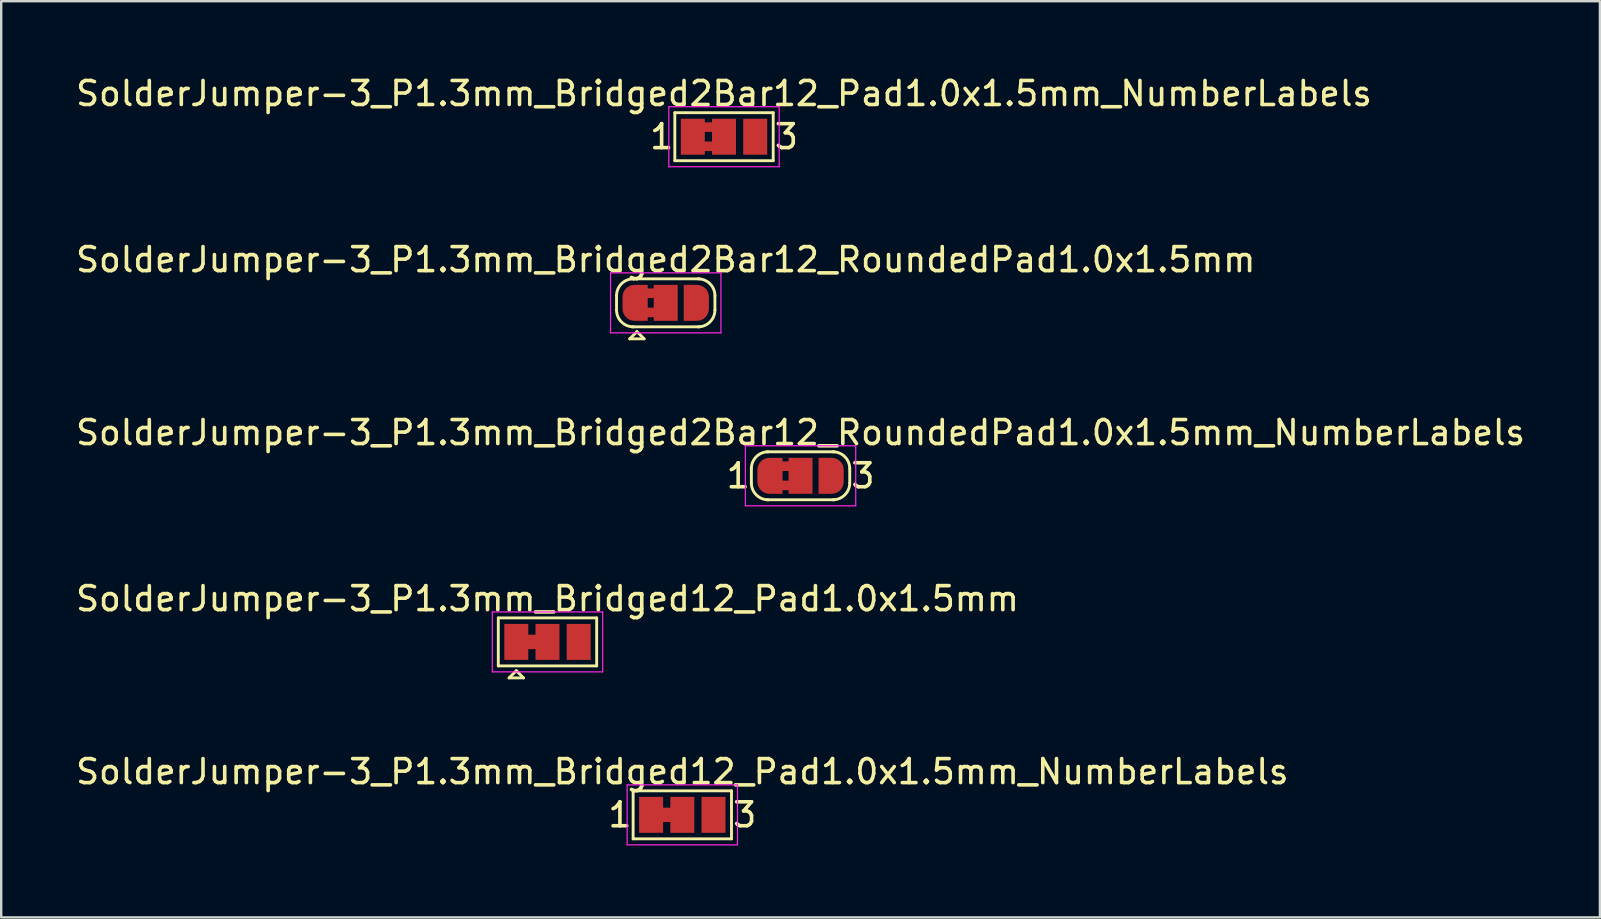
<source format=kicad_pcb>
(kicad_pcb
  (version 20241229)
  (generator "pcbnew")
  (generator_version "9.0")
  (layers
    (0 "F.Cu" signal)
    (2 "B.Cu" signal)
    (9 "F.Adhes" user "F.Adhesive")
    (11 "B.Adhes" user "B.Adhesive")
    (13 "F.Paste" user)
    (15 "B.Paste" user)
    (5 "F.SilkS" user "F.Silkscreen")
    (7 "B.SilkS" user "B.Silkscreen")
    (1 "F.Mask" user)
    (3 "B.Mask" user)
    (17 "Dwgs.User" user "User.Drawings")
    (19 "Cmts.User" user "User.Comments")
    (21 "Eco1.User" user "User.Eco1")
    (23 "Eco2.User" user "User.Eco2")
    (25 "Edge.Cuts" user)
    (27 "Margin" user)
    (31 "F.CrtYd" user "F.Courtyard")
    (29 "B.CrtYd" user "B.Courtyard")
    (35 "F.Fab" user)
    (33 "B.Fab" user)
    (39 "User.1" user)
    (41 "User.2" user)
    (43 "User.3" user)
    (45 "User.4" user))
  (footprint "SolderJumper-3_P1.3mm_Bridged2Bar12_RoundedPad1.0x1.5mm"
    (layer "F.Cu")
    (at 24.696 9.572)
    (property "Reference" "SolderJumper-3_P1.3mm_Bridged2Bar12_RoundedPad1.0x1.5mm" (at 0 -1.8 0) (layer "F.SilkS") (effects (font (size 1 1) (thickness 0.15))))
    (attr exclude_from_pos_files exclude_from_bom)
    (fp_poly (pts (xy -0.9 -0.6) (xy -0.4 -0.6) (xy -0.4 -0.2) (xy -0.9 -0.2)) (stroke (width 0) (type solid)) (fill yes) (layer "F.Cu"))
    (fp_poly (pts (xy -0.9 0.2) (xy -0.4 0.2) (xy -0.4 0.6) (xy -0.9 0.6)) (stroke (width 0) (type solid)) (fill yes) (layer "F.Cu"))
    (fp_line (start -2.05 0.3) (end -2.05 -0.3) (stroke (width 0.12) (type solid)) (layer "F.SilkS"))
    (fp_line (start -1.5 1.5) (end -0.9 1.5) (stroke (width 0.12) (type solid)) (layer "F.SilkS"))
    (fp_line (start -1.4 -1) (end 1.4 -1) (stroke (width 0.12) (type solid)) (layer "F.SilkS"))
    (fp_line (start -1.2 1.2) (end -1.5 1.5) (stroke (width 0.12) (type solid)) (layer "F.SilkS"))
    (fp_line (start -1.2 1.2) (end -0.9 1.5) (stroke (width 0.12) (type solid)) (layer "F.SilkS"))
    (fp_line (start 1.4 1) (end -1.4 1) (stroke (width 0.12) (type solid)) (layer "F.SilkS"))
    (fp_line (start 2.05 -0.3) (end 2.05 0.3) (stroke (width 0.12) (type solid)) (layer "F.SilkS"))
    (fp_arc (start -2.05 -0.3) (mid -1.844975 -0.794975) (end -1.35 -1) (stroke (width 0.12) (type solid)) (layer "F.SilkS"))
    (fp_arc (start -1.35 1) (mid -1.844975 0.794975) (end -2.05 0.3) (stroke (width 0.12) (type solid)) (layer "F.SilkS"))
    (fp_arc (start 1.35 -1) (mid 1.844975 -0.794975) (end 2.05 -0.3) (stroke (width 0.12) (type solid)) (layer "F.SilkS"))
    (fp_arc (start 2.05 0.3) (mid 1.844975 0.794975) (end 1.35 1) (stroke (width 0.12) (type solid)) (layer "F.SilkS"))
    (fp_line (start -2.3 -1.25) (end -2.3 1.25) (stroke (width 0.05) (type solid)) (layer "F.CrtYd"))
    (fp_line (start -2.3 -1.25) (end 2.3 -1.25) (stroke (width 0.05) (type solid)) (layer "F.CrtYd"))
    (fp_line (start 2.3 1.25) (end -2.3 1.25) (stroke (width 0.05) (type solid)) (layer "F.CrtYd"))
    (fp_line (start 2.3 1.25) (end 2.3 -1.25) (stroke (width 0.05) (type solid)) (layer "F.CrtYd"))
    (pad "1" smd custom (at -1.3 0) (size 1 0.5) (layers "F.Cu" "F.Mask") (options (anchor rect)) (primitives (gr_circle (center 0 0.25) (end 0.5 0.25) (width 0) (fill yes)) (gr_circle (center 0 -0.25) (end 0.5 -0.25) (width 0) (fill yes)) (gr_poly (pts (xy 0.55 0.75) (xy 0 0.75) (xy 0 -0.75) (xy 0.55 -0.75)) (width 0) (fill yes))))
    (pad "2" smd rect (at 0 0) (size 1 1.5) (layers "F.Cu" "F.Mask"))
    (pad "3" smd custom (at 1.3 0) (size 1 0.5) (layers "F.Cu" "F.Mask") (options (anchor rect)) (primitives (gr_circle (center 0 0.25) (end 0.5 0.25) (width 0) (fill yes)) (gr_circle (center 0 -0.25) (end 0.5 -0.25) (width 0) (fill yes)) (gr_poly (pts (xy 0 0.75) (xy -0.55 0.75) (xy -0.55 -0.75) (xy 0 -0.75)) (width 0) (fill yes)))))
  (footprint "SolderJumper-3_P1.3mm_Bridged2Bar12_Pad1.0x1.5mm_NumberLabels"
    (layer "F.Cu")
    (at 27.125 2.648)
    (property "Reference" "SolderJumper-3_P1.3mm_Bridged2Bar12_Pad1.0x1.5mm_NumberLabels" (at 0 -1.8 0) (layer "F.SilkS") (effects (font (size 1 1) (thickness 0.15))))
    (attr exclude_from_pos_files exclude_from_bom)
    (fp_poly (pts (xy -0.9 -0.6) (xy -0.4 -0.6) (xy -0.4 -0.2) (xy -0.9 -0.2)) (stroke (width 0) (type solid)) (fill yes) (layer "F.Cu"))
    (fp_poly (pts (xy -0.9 0.2) (xy -0.4 0.2) (xy -0.4 0.6) (xy -0.9 0.6)) (stroke (width 0) (type solid)) (fill yes) (layer "F.Cu"))
    (fp_line (start -2.05 -1) (end 2.05 -1) (stroke (width 0.12) (type solid)) (layer "F.SilkS"))
    (fp_line (start -2.05 1) (end -2.05 -1) (stroke (width 0.12) (type solid)) (layer "F.SilkS"))
    (fp_line (start 2.05 -1) (end 2.05 1) (stroke (width 0.12) (type solid)) (layer "F.SilkS"))
    (fp_line (start 2.05 1) (end -2.05 1) (stroke (width 0.12) (type solid)) (layer "F.SilkS"))
    (fp_line (start -2.3 -1.25) (end -2.3 1.25) (stroke (width 0.05) (type solid)) (layer "F.CrtYd"))
    (fp_line (start -2.3 -1.25) (end 2.3 -1.25) (stroke (width 0.05) (type solid)) (layer "F.CrtYd"))
    (fp_line (start 2.3 1.25) (end -2.3 1.25) (stroke (width 0.05) (type solid)) (layer "F.CrtYd"))
    (fp_line (start 2.3 1.25) (end 2.3 -1.25) (stroke (width 0.05) (type solid)) (layer "F.CrtYd"))
    (fp_text user "3" (at 2.6 0 0) (layer "F.SilkS") (effects (font (size 1 1) (thickness 0.15))))
    (fp_text user "1" (at -2.6 0 0) (layer "F.SilkS") (effects (font (size 1 1) (thickness 0.15))))
    (pad "1" smd rect (at -1.3 0) (size 1 1.5) (layers "F.Cu" "F.Mask"))
    (pad "2" smd rect (at 0 0) (size 1 1.5) (layers "F.Cu" "F.Mask"))
    (pad "3" smd rect (at 1.3 0) (size 1 1.5) (layers "F.Cu" "F.Mask")))
  (footprint "SolderJumper-3_P1.3mm_Bridged12_Pad1.0x1.5mm_NumberLabels"
    (layer "F.Cu")
    (at 25.387 30.911)
    (property "Reference" "SolderJumper-3_P1.3mm_Bridged12_Pad1.0x1.5mm_NumberLabels" (at 0 -1.8 0) (layer "F.SilkS") (effects (font (size 1 1) (thickness 0.15))))
    (attr exclude_from_pos_files exclude_from_bom)
    (fp_poly (pts (xy -0.9 -0.3) (xy -0.4 -0.3) (xy -0.4 0.3) (xy -0.9 0.3)) (stroke (width 0) (type solid)) (fill yes) (layer "F.Cu"))
    (fp_line (start -2.05 -1) (end 2.05 -1) (stroke (width 0.12) (type solid)) (layer "F.SilkS"))
    (fp_line (start -2.05 1) (end -2.05 -1) (stroke (width 0.12) (type solid)) (layer "F.SilkS"))
    (fp_line (start 2.05 -1) (end 2.05 1) (stroke (width 0.12) (type solid)) (layer "F.SilkS"))
    (fp_line (start 2.05 1) (end -2.05 1) (stroke (width 0.12) (type solid)) (layer "F.SilkS"))
    (fp_line (start -2.3 -1.25) (end -2.3 1.25) (stroke (width 0.05) (type solid)) (layer "F.CrtYd"))
    (fp_line (start -2.3 -1.25) (end 2.3 -1.25) (stroke (width 0.05) (type solid)) (layer "F.CrtYd"))
    (fp_line (start 2.3 1.25) (end -2.3 1.25) (stroke (width 0.05) (type solid)) (layer "F.CrtYd"))
    (fp_line (start 2.3 1.25) (end 2.3 -1.25) (stroke (width 0.05) (type solid)) (layer "F.CrtYd"))
    (fp_text user "3" (at 2.6 0 0) (layer "F.SilkS") (effects (font (size 1 1) (thickness 0.15))))
    (fp_text user "1" (at -2.6 0 0) (layer "F.SilkS") (effects (font (size 1 1) (thickness 0.15))))
    (pad "1" smd rect (at -1.3 0) (size 1 1.5) (layers "F.Cu" "F.Mask"))
    (pad "2" smd rect (at 0 0) (size 1 1.5) (layers "F.Cu" "F.Mask"))
    (pad "3" smd rect (at 1.3 0) (size 1 1.5) (layers "F.Cu" "F.Mask")))
  (footprint "SolderJumper-3_P1.3mm_Bridged2Bar12_RoundedPad1.0x1.5mm_NumberLabels"
    (layer "F.Cu")
    (at 30.315 16.78)
    (property "Reference" "SolderJumper-3_P1.3mm_Bridged2Bar12_RoundedPad1.0x1.5mm_NumberLabels" (at 0 -1.8 0) (layer "F.SilkS") (effects (font (size 1 1) (thickness 0.15))))
    (attr exclude_from_pos_files exclude_from_bom)
    (fp_poly (pts (xy -0.9 -0.6) (xy -0.4 -0.6) (xy -0.4 -0.2) (xy -0.9 -0.2)) (stroke (width 0) (type solid)) (fill yes) (layer "F.Cu"))
    (fp_poly (pts (xy -0.9 0.2) (xy -0.4 0.2) (xy -0.4 0.6) (xy -0.9 0.6)) (stroke (width 0) (type solid)) (fill yes) (layer "F.Cu"))
    (fp_line (start -2.05 0.3) (end -2.05 -0.3) (stroke (width 0.12) (type solid)) (layer "F.SilkS"))
    (fp_line (start -1.4 -1) (end 1.4 -1) (stroke (width 0.12) (type solid)) (layer "F.SilkS"))
    (fp_line (start 1.4 1) (end -1.4 1) (stroke (width 0.12) (type solid)) (layer "F.SilkS"))
    (fp_line (start 2.05 -0.3) (end 2.05 0.3) (stroke (width 0.12) (type solid)) (layer "F.SilkS"))
    (fp_arc (start -2.05 -0.3) (mid -1.844975 -0.794975) (end -1.35 -1) (stroke (width 0.12) (type solid)) (layer "F.SilkS"))
    (fp_arc (start -1.35 1) (mid -1.844975 0.794975) (end -2.05 0.3) (stroke (width 0.12) (type solid)) (layer "F.SilkS"))
    (fp_arc (start 1.35 -1) (mid 1.844975 -0.794975) (end 2.05 -0.3) (stroke (width 0.12) (type solid)) (layer "F.SilkS"))
    (fp_arc (start 2.05 0.3) (mid 1.844975 0.794975) (end 1.35 1) (stroke (width 0.12) (type solid)) (layer "F.SilkS"))
    (fp_line (start -2.3 -1.25) (end -2.3 1.25) (stroke (width 0.05) (type solid)) (layer "F.CrtYd"))
    (fp_line (start -2.3 -1.25) (end 2.3 -1.25) (stroke (width 0.05) (type solid)) (layer "F.CrtYd"))
    (fp_line (start 2.3 1.25) (end -2.3 1.25) (stroke (width 0.05) (type solid)) (layer "F.CrtYd"))
    (fp_line (start 2.3 1.25) (end 2.3 -1.25) (stroke (width 0.05) (type solid)) (layer "F.CrtYd"))
    (fp_text user "3" (at 2.6 0 0) (layer "F.SilkS") (effects (font (size 1 1) (thickness 0.15))))
    (fp_text user "1" (at -2.6 0 0) (layer "F.SilkS") (effects (font (size 1 1) (thickness 0.15))))
    (pad "1" smd custom (at -1.3 0) (size 1 0.5) (layers "F.Cu" "F.Mask") (options (anchor rect)) (primitives (gr_circle (center 0 0.25) (end 0.5 0.25) (width 0) (fill yes)) (gr_circle (center 0 -0.25) (end 0.5 -0.25) (width 0) (fill yes)) (gr_poly (pts (xy 0.55 0.75) (xy 0 0.75) (xy 0 -0.75) (xy 0.55 -0.75)) (width 0) (fill yes))))
    (pad "2" smd rect (at 0 0) (size 1 1.5) (layers "F.Cu" "F.Mask"))
    (pad "3" smd custom (at 1.3 0) (size 1 0.5) (layers "F.Cu" "F.Mask") (options (anchor rect)) (primitives (gr_circle (center 0 0.25) (end 0.5 0.25) (width 0) (fill yes)) (gr_circle (center 0 -0.25) (end 0.5 -0.25) (width 0) (fill yes)) (gr_poly (pts (xy 0 0.75) (xy -0.55 0.75) (xy -0.55 -0.75) (xy 0 -0.75)) (width 0) (fill yes)))))
  (footprint "SolderJumper-3_P1.3mm_Bridged12_Pad1.0x1.5mm"
    (layer "F.Cu")
    (at 19.768 23.703)
    (property "Reference" "SolderJumper-3_P1.3mm_Bridged12_Pad1.0x1.5mm" (at 0 -1.8 0) (layer "F.SilkS") (effects (font (size 1 1) (thickness 0.15))))
    (attr exclude_from_pos_files exclude_from_bom)
    (fp_poly (pts (xy -0.9 -0.3) (xy -0.4 -0.3) (xy -0.4 0.3) (xy -0.9 0.3)) (stroke (width 0) (type solid)) (fill yes) (layer "F.Cu"))
    (fp_line (start -2.05 -1) (end 2.05 -1) (stroke (width 0.12) (type solid)) (layer "F.SilkS"))
    (fp_line (start -2.05 1) (end -2.05 -1) (stroke (width 0.12) (type solid)) (layer "F.SilkS"))
    (fp_line (start -1.6 1.5) (end -1 1.5) (stroke (width 0.12) (type solid)) (layer "F.SilkS"))
    (fp_line (start -1.3 1.2) (end -1.6 1.5) (stroke (width 0.12) (type solid)) (layer "F.SilkS"))
    (fp_line (start -1.3 1.2) (end -1 1.5) (stroke (width 0.12) (type solid)) (layer "F.SilkS"))
    (fp_line (start 2.05 -1) (end 2.05 1) (stroke (width 0.12) (type solid)) (layer "F.SilkS"))
    (fp_line (start 2.05 1) (end -2.05 1) (stroke (width 0.12) (type solid)) (layer "F.SilkS"))
    (fp_line (start -2.3 -1.25) (end -2.3 1.25) (stroke (width 0.05) (type solid)) (layer "F.CrtYd"))
    (fp_line (start -2.3 -1.25) (end 2.3 -1.25) (stroke (width 0.05) (type solid)) (layer "F.CrtYd"))
    (fp_line (start 2.3 1.25) (end -2.3 1.25) (stroke (width 0.05) (type solid)) (layer "F.CrtYd"))
    (fp_line (start 2.3 1.25) (end 2.3 -1.25) (stroke (width 0.05) (type solid)) (layer "F.CrtYd"))
    (pad "1" smd rect (at -1.3 0) (size 1 1.5) (layers "F.Cu" "F.Mask"))
    (pad "2" smd rect (at 0 0) (size 1 1.5) (layers "F.Cu" "F.Mask"))
    (pad "3" smd rect (at 1.3 0) (size 1 1.5) (layers "F.Cu" "F.Mask")))
  (gr_rect
    (start -3 -3)
    (end 63.631 35.186)
    (stroke (width 0.1) (type default))
    (fill no)
    (layer "Edge.Cuts")))
</source>
